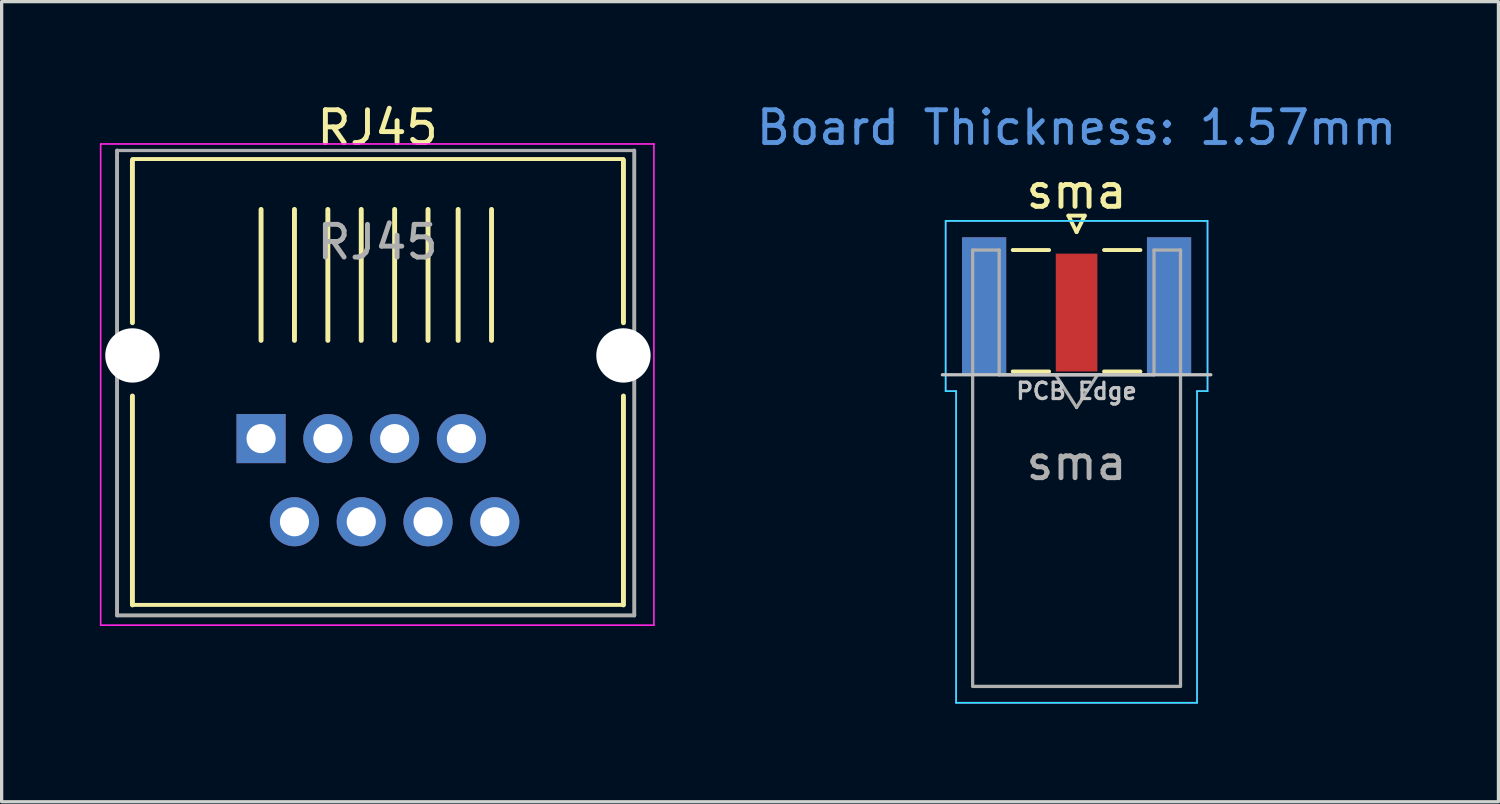
<source format=kicad_pcb>
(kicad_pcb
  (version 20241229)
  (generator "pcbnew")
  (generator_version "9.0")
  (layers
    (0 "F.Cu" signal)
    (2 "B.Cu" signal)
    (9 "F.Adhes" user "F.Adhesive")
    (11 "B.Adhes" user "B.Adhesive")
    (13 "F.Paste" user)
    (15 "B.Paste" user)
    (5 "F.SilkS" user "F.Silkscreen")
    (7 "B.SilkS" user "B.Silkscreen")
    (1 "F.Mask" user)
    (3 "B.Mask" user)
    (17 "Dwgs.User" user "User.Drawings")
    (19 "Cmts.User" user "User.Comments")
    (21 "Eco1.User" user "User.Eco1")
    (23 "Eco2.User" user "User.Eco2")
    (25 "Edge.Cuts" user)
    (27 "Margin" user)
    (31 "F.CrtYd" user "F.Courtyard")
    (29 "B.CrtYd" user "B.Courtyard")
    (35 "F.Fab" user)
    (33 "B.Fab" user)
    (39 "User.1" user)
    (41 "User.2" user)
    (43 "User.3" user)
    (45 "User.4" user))
  (footprint "RJ45"
    (layer "F.Cu")
    (at 4.925 10.348)
    (property "Reference" "RJ45" (at 3.56 -9.5 0) (layer "F.SilkS") (effects (font (size 1 1) (thickness 0.15))))
    (attr through_hole)
    (fp_line (start -3.93 -8.54) (end 11.07 -8.54) (stroke (width 0.12) (type solid)) (layer "F.SilkS"))
    (fp_line (start -3.93 -8.5) (end -3.93 -3.54) (stroke (width 0.15) (type solid)) (layer "F.SilkS"))
    (fp_line (start -3.93 5.08) (end -3.93 -1.3) (stroke (width 0.15) (type solid)) (layer "F.SilkS"))
    (fp_line (start -3.93 5.08) (end 11.07 5.08) (stroke (width 0.12) (type solid)) (layer "F.SilkS"))
    (fp_line (start 0 -7) (end 0 -3) (stroke (width 0.15) (type solid)) (layer "F.SilkS"))
    (fp_line (start 1.02 -7) (end 1.02 -3) (stroke (width 0.15) (type solid)) (layer "F.SilkS"))
    (fp_line (start 2.04 -7) (end 2.04 -3) (stroke (width 0.15) (type solid)) (layer "F.SilkS"))
    (fp_line (start 3.06 -7) (end 3.06 -3) (stroke (width 0.15) (type solid)) (layer "F.SilkS"))
    (fp_line (start 4.08 -7) (end 4.08 -3) (stroke (width 0.15) (type solid)) (layer "F.SilkS"))
    (fp_line (start 5.1 -7) (end 5.1 -3) (stroke (width 0.15) (type solid)) (layer "F.SilkS"))
    (fp_line (start 6.02 -7) (end 6.02 -3) (stroke (width 0.15) (type solid)) (layer "F.SilkS"))
    (fp_line (start 7.04 -7) (end 7.04 -3) (stroke (width 0.15) (type solid)) (layer "F.SilkS"))
    (fp_line (start 11.07 -8.5) (end 11.07 -3.54) (stroke (width 0.15) (type solid)) (layer "F.SilkS"))
    (fp_line (start 11.07 5.08) (end 11.07 -1.3) (stroke (width 0.15) (type solid)) (layer "F.SilkS"))
    (fp_line (start -4.9 -9) (end -4.9 5.7) (stroke (width 0.05) (type solid)) (layer "F.CrtYd"))
    (fp_line (start -4.9 -9) (end 12 -9) (stroke (width 0.05) (type solid)) (layer "F.CrtYd"))
    (fp_line (start -4.9 5.7) (end 12 5.7) (stroke (width 0.05) (type solid)) (layer "F.CrtYd"))
    (fp_line (start 12 -9) (end 12 5.7) (stroke (width 0.05) (type solid)) (layer "F.CrtYd"))
    (fp_line (start -4.4 -8.8) (end -4.4 5.4) (stroke (width 0.12) (type solid)) (layer "F.Fab"))
    (fp_line (start -4.4 -8.8) (end 11.4 -8.8) (stroke (width 0.1) (type solid)) (layer "F.Fab"))
    (fp_line (start -4.4 5.4) (end 11.4 5.4) (stroke (width 0.12) (type solid)) (layer "F.Fab"))
    (fp_line (start 11.4 5.4) (end 11.4 -8.8) (stroke (width 0.12) (type solid)) (layer "F.Fab"))
    (fp_text user "${REFERENCE}" (at 3.56 -6 0) (layer "F.Fab") (effects (font (size 1 1) (thickness 0.15))))
    (pad "" np_thru_hole circle (at -3.93 -2.54) (size 1.66 1.66) (drill 1.66) (layers "*.Cu" "*.Mask"))
    (pad "" np_thru_hole circle (at 11.07 -2.54) (size 1.66 1.66) (drill 1.66) (layers "*.Cu" "*.Mask"))
    (pad "1" thru_hole rect (at 0 0) (size 1.5 1.5) (drill 0.89) (layers "*.Cu" "*.Mask"))
    (pad "2" thru_hole circle (at 1.02 2.54) (size 1.5 1.5) (drill 0.89) (layers "*.Cu" "*.Mask"))
    (pad "3" thru_hole circle (at 2.04 0) (size 1.5 1.5) (drill 0.89) (layers "*.Cu" "*.Mask"))
    (pad "4" thru_hole circle (at 3.06 2.54) (size 1.5 1.5) (drill 0.89) (layers "*.Cu" "*.Mask"))
    (pad "5" thru_hole circle (at 4.08 0) (size 1.5 1.5) (drill 0.89) (layers "*.Cu" "*.Mask"))
    (pad "6" thru_hole circle (at 5.1 2.54) (size 1.5 1.5) (drill 0.89) (layers "*.Cu" "*.Mask"))
    (pad "7" thru_hole circle (at 6.12 0) (size 1.5 1.5) (drill 0.89) (layers "*.Cu" "*.Mask"))
    (pad "8" thru_hole circle (at 7.14 2.54) (size 1.5 1.5) (drill 0.89) (layers "*.Cu" "*.Mask")))
  (footprint "sma"
    (layer "F.Cu")
    (at 29.837 6.298)
    (property "Reference" "sma" (at 0 -3.5 0) (layer "F.SilkS") (effects (font (size 1 1) (thickness 0.15))))
    (attr smd)
    (fp_line (start -1.95 -1.71) (end -0.84 -1.71) (stroke (width 0.12) (type solid)) (layer "F.SilkS"))
    (fp_line (start -1.95 2) (end -0.84 2) (stroke (width 0.12) (type solid)) (layer "F.SilkS"))
    (fp_line (start -0.25 -2.76) (end 0 -2.26) (stroke (width 0.12) (type solid)) (layer "F.SilkS"))
    (fp_line (start 0 -2.26) (end 0.25 -2.76) (stroke (width 0.12) (type solid)) (layer "F.SilkS"))
    (fp_line (start 0.25 -2.76) (end -0.25 -2.76) (stroke (width 0.12) (type solid)) (layer "F.SilkS"))
    (fp_line (start 0.84 -1.71) (end 1.95 -1.71) (stroke (width 0.12) (type solid)) (layer "F.SilkS"))
    (fp_line (start 0.84 2) (end 1.95 2) (stroke (width 0.12) (type solid)) (layer "F.SilkS"))
    (fp_line (start 4.1 2.1) (end -4.1 2.1) (stroke (width 0.1) (type solid)) (layer "Dwgs.User"))
    (fp_line (start -4 -2.6) (end 4 -2.6) (stroke (width 0.05) (type solid)) (layer "B.CrtYd"))
    (fp_line (start -4 2.6) (end -4 -2.6) (stroke (width 0.05) (type solid)) (layer "B.CrtYd"))
    (fp_line (start -3.68 2.6) (end -4 2.6) (stroke (width 0.05) (type solid)) (layer "B.CrtYd"))
    (fp_line (start -3.68 12.12) (end -3.68 2.6) (stroke (width 0.05) (type solid)) (layer "B.CrtYd"))
    (fp_line (start 3.68 2.6) (end 3.68 12.12) (stroke (width 0.05) (type solid)) (layer "B.CrtYd"))
    (fp_line (start 3.68 12.12) (end -3.68 12.12) (stroke (width 0.05) (type solid)) (layer "B.CrtYd"))
    (fp_line (start 4 2.6) (end 3.68 2.6) (stroke (width 0.05) (type solid)) (layer "B.CrtYd"))
    (fp_line (start 4 2.6) (end 4 -2.6) (stroke (width 0.05) (type solid)) (layer "B.CrtYd"))
    (fp_line (start -4 -2.6) (end 4 -2.6) (stroke (width 0.05) (type solid)) (layer "F.CrtYd"))
    (fp_line (start -4 2.6) (end -4 -2.6) (stroke (width 0.05) (type solid)) (layer "F.CrtYd"))
    (fp_line (start -3.68 2.6) (end -4 2.6) (stroke (width 0.05) (type solid)) (layer "F.CrtYd"))
    (fp_line (start -3.68 12.12) (end -3.68 2.6) (stroke (width 0.05) (type solid)) (layer "F.CrtYd"))
    (fp_line (start 3.68 2.6) (end 3.68 12.12) (stroke (width 0.05) (type solid)) (layer "F.CrtYd"))
    (fp_line (start 3.68 2.6) (end 4 2.6) (stroke (width 0.05) (type solid)) (layer "F.CrtYd"))
    (fp_line (start 3.68 12.12) (end -3.68 12.12) (stroke (width 0.05) (type solid)) (layer "F.CrtYd"))
    (fp_line (start 4 2.6) (end 4 -2.6) (stroke (width 0.05) (type solid)) (layer "F.CrtYd"))
    (fp_line (start -3.175 -1.71) (end -3.175 11.62) (stroke (width 0.1) (type solid)) (layer "F.Fab"))
    (fp_line (start -2.365 -1.71) (end -3.175 -1.71) (stroke (width 0.1) (type solid)) (layer "F.Fab"))
    (fp_line (start -2.365 2.1) (end -2.365 -1.71) (stroke (width 0.1) (type solid)) (layer "F.Fab"))
    (fp_line (start 0 3.1) (end -0.64 2.1) (stroke (width 0.1) (type solid)) (layer "F.Fab"))
    (fp_line (start 0.64 2.1) (end 0 3.1) (stroke (width 0.1) (type solid)) (layer "F.Fab"))
    (fp_line (start 2.365 -1.71) (end 2.365 2.1) (stroke (width 0.1) (type solid)) (layer "F.Fab"))
    (fp_line (start 2.365 2.1) (end -2.365 2.1) (stroke (width 0.1) (type solid)) (layer "F.Fab"))
    (fp_line (start 3.165 11.62) (end -3.165 11.62) (stroke (width 0.1) (type solid)) (layer "F.Fab"))
    (fp_line (start 3.175 -1.71) (end 2.365 -1.71) (stroke (width 0.1) (type solid)) (layer "F.Fab"))
    (fp_line (start 3.175 -1.71) (end 3.175 11.62) (stroke (width 0.1) (type solid)) (layer "F.Fab"))
    (fp_text user "PCB Edge" (at 0 2.6 0) (layer "Dwgs.User") (effects (font (size 0.5 0.5) (thickness 0.1))))
    (fp_text user "Board Thickness: 1.57mm" (at 0 -5.45 0) (layer "Cmts.User") (effects (font (size 1 1) (thickness 0.15))))
    (fp_text user "${REFERENCE}" (at 0 4.79 180) (layer "F.Fab") (effects (font (size 1 1) (thickness 0.15))))
    (pad "1" smd rect (at 0 0.2) (size 1.27 3.6) (layers "F.Cu" "F.Mask" "F.Paste"))
    (pad "2" smd rect (at -2.825 0) (size 1.35 4.2) (layers "F.Cu" "F.Mask" "F.Paste"))
    (pad "2" smd rect (at -2.825 0) (size 1.35 4.2) (layers "B.Cu" "B.Mask" "B.Paste"))
    (pad "2" smd rect (at 2.825 0) (size 1.35 4.2) (layers "F.Cu" "F.Mask" "F.Paste"))
    (pad "2" smd rect (at 2.825 0) (size 1.35 4.2) (layers "B.Cu" "B.Mask" "B.Paste")))
  (gr_rect
    (start -3 -3)
    (end 42.724 21.443)
    (stroke (width 0.1) (type default))
    (fill no)
    (layer "Edge.Cuts")))
</source>
